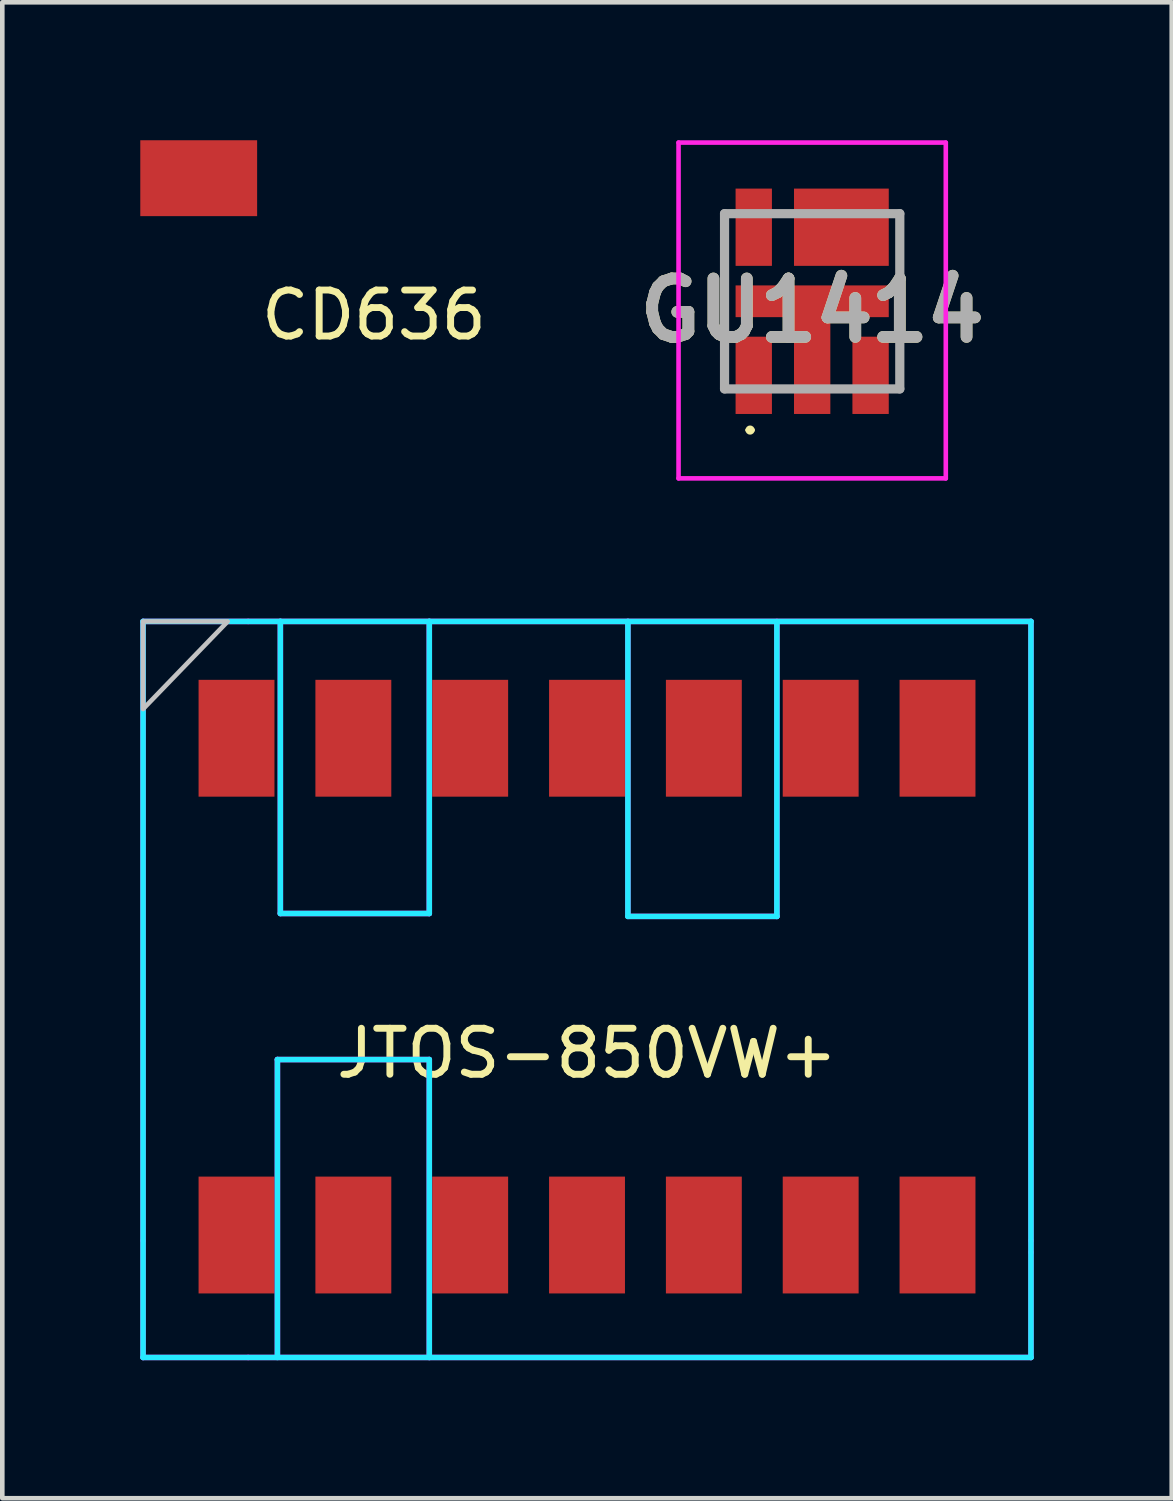
<source format=kicad_pcb>
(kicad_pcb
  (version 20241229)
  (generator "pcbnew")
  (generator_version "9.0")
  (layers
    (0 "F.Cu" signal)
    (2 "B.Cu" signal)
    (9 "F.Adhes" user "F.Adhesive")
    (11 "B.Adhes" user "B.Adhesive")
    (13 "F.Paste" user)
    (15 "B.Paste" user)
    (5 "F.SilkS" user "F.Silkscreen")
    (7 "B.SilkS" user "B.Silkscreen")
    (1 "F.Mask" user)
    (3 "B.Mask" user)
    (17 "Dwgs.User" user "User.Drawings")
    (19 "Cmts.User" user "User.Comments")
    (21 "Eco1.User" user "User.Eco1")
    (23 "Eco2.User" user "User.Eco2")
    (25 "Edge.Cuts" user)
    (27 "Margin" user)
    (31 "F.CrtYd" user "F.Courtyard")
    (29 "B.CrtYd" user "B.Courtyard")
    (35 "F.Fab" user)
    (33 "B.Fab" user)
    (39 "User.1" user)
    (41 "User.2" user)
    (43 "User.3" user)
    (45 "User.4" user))
  (footprint "GU1414"
    (layer "F.Cu")
    (at 14.607 3.5)
    (property "Reference" "GU1414" (at 0 0.2 0) (layer "F.SilkS") (effects (font (size 1.27 1.27) (thickness 0.254))))
    (attr smd)
    (fp_line (start -1.4 2.8) (end -1.4 2.8) (stroke (width 0.1) (type solid)) (layer "F.SilkS"))
    (fp_line (start -1.3 2.8) (end -1.3 2.8) (stroke (width 0.1) (type solid)) (layer "F.SilkS"))
    (fp_arc (start -1.4 2.8) (mid -1.35 2.75) (end -1.3 2.8) (stroke (width 0.1) (type solid)) (layer "F.SilkS"))
    (fp_arc (start -1.3 2.8) (mid -1.35 2.85) (end -1.4 2.8) (stroke (width 0.1) (type solid)) (layer "F.SilkS"))
    (fp_line (start -2.905 -3.45) (end 2.905 -3.45) (stroke (width 0.1) (type solid)) (layer "F.CrtYd"))
    (fp_line (start -2.905 3.85) (end -2.905 -3.45) (stroke (width 0.1) (type solid)) (layer "F.CrtYd"))
    (fp_line (start 2.905 -3.45) (end 2.905 3.85) (stroke (width 0.1) (type solid)) (layer "F.CrtYd"))
    (fp_line (start 2.905 3.85) (end -2.905 3.85) (stroke (width 0.1) (type solid)) (layer "F.CrtYd"))
    (fp_line (start -1.905 -1.905) (end 1.905 -1.905) (stroke (width 0.2) (type solid)) (layer "F.Fab"))
    (fp_line (start -1.905 1.905) (end -1.905 -1.905) (stroke (width 0.2) (type solid)) (layer "F.Fab"))
    (fp_line (start 1.905 -1.905) (end 1.905 1.905) (stroke (width 0.2) (type solid)) (layer "F.Fab"))
    (fp_line (start 1.905 1.905) (end -1.905 1.905) (stroke (width 0.2) (type solid)) (layer "F.Fab"))
    (fp_text user "${REFERENCE}" (at 0 0.2 0) (layer "F.Fab") (effects (font (size 1.27 1.27) (thickness 0.254))))
    (pad "1" smd rect (at -1.27 1.61) (size 0.79 1.68) (layers "F.Cu" "F.Mask" "F.Paste"))
    (pad "2" smd rect (at 1.27 1.61) (size 0.79 1.68) (layers "F.Cu" "F.Mask" "F.Paste"))
    (pad "3" smd rect (at 0.635 -1.61 90) (size 1.68 2.06) (layers "F.Cu" "F.Mask" "F.Paste"))
    (pad "4" smd rect (at -1.27 -1.61) (size 0.79 1.68) (layers "F.Cu" "F.Mask" "F.Paste"))
    (pad "5" smd rect (at 0 0 90) (size 0.69 3.33) (layers "F.Cu" "F.Mask" "F.Paste"))
    (pad "6" smd rect (at 0 1.395) (size 0.79 2.11) (layers "F.Cu" "F.Mask" "F.Paste")))
  (footprint "JTOS-850VW+"
    (layer "F.Cu")
    (at 2.092 13)
    (property "Reference" "JTOS-850VW+" (at 7.62 6.85 0) (layer "F.SilkS") (effects (font (size 1 1) (thickness 0.15))))
    (attr through_hole)
    (fp_poly (pts (xy -2.032 -0.635) (xy -2.032 -2.54) (xy -0.191 -2.54)) (stroke (width 0.1) (type solid)) (fill no) (layer "Dwgs.User"))
    (fp_line (start -2.032 -2.54) (end -2.032 13.462) (stroke (width 0.12) (type solid)) (layer "B.CrtYd"))
    (fp_line (start -2.032 13.462) (end 17.272 13.462) (stroke (width 0.12) (type solid)) (layer "B.CrtYd"))
    (fp_line (start 0.889 6.985) (end 4.191 6.985) (stroke (width 0.12) (type solid)) (layer "B.CrtYd"))
    (fp_line (start 0.889 13.462) (end 0.889 6.985) (stroke (width 0.12) (type solid)) (layer "B.CrtYd"))
    (fp_line (start 0.953 -2.54) (end -2.032 -2.54) (stroke (width 0.12) (type solid)) (layer "B.CrtYd"))
    (fp_line (start 0.953 -2.54) (end 0.953 3.81) (stroke (width 0.12) (type solid)) (layer "B.CrtYd"))
    (fp_line (start 0.953 3.81) (end 4.191 3.81) (stroke (width 0.12) (type solid)) (layer "B.CrtYd"))
    (fp_line (start 4.191 -2.54) (end 0.953 -2.54) (stroke (width 0.12) (type solid)) (layer "B.CrtYd"))
    (fp_line (start 4.191 3.81) (end 4.191 -2.54) (stroke (width 0.12) (type solid)) (layer "B.CrtYd"))
    (fp_line (start 4.191 6.985) (end 4.191 13.462) (stroke (width 0.12) (type solid)) (layer "B.CrtYd"))
    (fp_line (start 8.509 -2.54) (end 8.509 3.873) (stroke (width 0.12) (type solid)) (layer "B.CrtYd"))
    (fp_line (start 8.509 3.873) (end 11.748 3.873) (stroke (width 0.12) (type solid)) (layer "B.CrtYd"))
    (fp_line (start 11.748 3.873) (end 11.748 -2.477) (stroke (width 0.12) (type solid)) (layer "B.CrtYd"))
    (fp_line (start 17.272 -2.54) (end 4.191 -2.54) (stroke (width 0.12) (type solid)) (layer "B.CrtYd"))
    (fp_line (start 17.272 13.462) (end 17.272 -2.54) (stroke (width 0.12) (type solid)) (layer "B.CrtYd"))
    (fp_line (start -2.032 -2.54) (end -2.032 10.922) (stroke (width 0.12) (type solid)) (layer "F.CrtYd"))
    (fp_line (start -2.032 10.922) (end -2.032 13.462) (stroke (width 0.12) (type solid)) (layer "F.CrtYd"))
    (fp_line (start -2.032 13.462) (end 0.254 13.462) (stroke (width 0.12) (type solid)) (layer "F.CrtYd"))
    (fp_line (start 0.254 -2.54) (end -2.032 -2.54) (stroke (width 0.12) (type solid)) (layer "F.CrtYd"))
    (fp_line (start 0.254 13.462) (end 17.272 13.462) (stroke (width 0.12) (type solid)) (layer "F.CrtYd"))
    (fp_line (start 0.889 6.985) (end 4.191 6.985) (stroke (width 0.12) (type solid)) (layer "F.CrtYd"))
    (fp_line (start 0.889 13.399) (end 0.889 6.985) (stroke (width 0.12) (type solid)) (layer "F.CrtYd"))
    (fp_line (start 0.953 -2.54) (end 0.953 3.81) (stroke (width 0.12) (type solid)) (layer "F.CrtYd"))
    (fp_line (start 0.953 3.81) (end 4.191 3.81) (stroke (width 0.12) (type solid)) (layer "F.CrtYd"))
    (fp_line (start 4.191 3.81) (end 4.191 -2.54) (stroke (width 0.12) (type solid)) (layer "F.CrtYd"))
    (fp_line (start 4.191 6.985) (end 4.191 13.462) (stroke (width 0.12) (type solid)) (layer "F.CrtYd"))
    (fp_line (start 8.509 -2.54) (end 8.509 3.81) (stroke (width 0.12) (type solid)) (layer "F.CrtYd"))
    (fp_line (start 8.509 3.873) (end 11.748 3.873) (stroke (width 0.12) (type solid)) (layer "F.CrtYd"))
    (fp_line (start 11.748 3.873) (end 11.748 -2.54) (stroke (width 0.12) (type solid)) (layer "F.CrtYd"))
    (fp_line (start 17.272 -2.54) (end 0.254 -2.54) (stroke (width 0.12) (type solid)) (layer "F.CrtYd"))
    (fp_line (start 17.272 10.922) (end 17.272 -2.54) (stroke (width 0.12) (type solid)) (layer "F.CrtYd"))
    (fp_line (start 17.272 11.176) (end 17.272 10.922) (stroke (width 0.12) (type solid)) (layer "F.CrtYd"))
    (fp_line (start 17.272 13.462) (end 17.272 11.176) (stroke (width 0.12) (type solid)) (layer "F.CrtYd"))
    (pad "1" smd rect (at 0 0 90) (size 2.54 1.65) (layers "F.Cu" "F.Mask" "F.Paste"))
    (pad "2" smd rect (at 2.54 0 90) (size 2.54 1.65) (layers "F.Cu" "F.Mask" "F.Paste"))
    (pad "3" smd rect (at 5.08 0 90) (size 2.54 1.65) (layers "F.Cu" "F.Mask" "F.Paste"))
    (pad "4" smd rect (at 7.62 0 90) (size 2.54 1.65) (layers "F.Cu" "F.Mask" "F.Paste"))
    (pad "5" smd rect (at 10.16 0 90) (size 2.54 1.65) (layers "F.Cu" "F.Mask" "F.Paste"))
    (pad "6" smd rect (at 12.7 0 90) (size 2.54 1.65) (layers "F.Cu" "F.Mask" "F.Paste"))
    (pad "7" smd rect (at 15.24 0 90) (size 2.54 1.65) (layers "F.Cu" "F.Mask" "F.Paste"))
    (pad "8" smd rect (at 15.24 10.8 90) (size 2.54 1.65) (layers "F.Cu" "F.Mask" "F.Paste"))
    (pad "9" smd rect (at 12.7 10.8 90) (size 2.54 1.65) (layers "F.Cu" "F.Mask" "F.Paste"))
    (pad "10" smd rect (at 10.16 10.8 90) (size 2.54 1.65) (layers "F.Cu" "F.Mask" "F.Paste"))
    (pad "11" smd rect (at 7.62 10.8 90) (size 2.54 1.65) (layers "F.Cu" "F.Mask" "F.Paste"))
    (pad "12" smd rect (at 5.08 10.8 90) (size 2.54 1.65) (layers "F.Cu" "F.Mask" "F.Paste"))
    (pad "13" smd rect (at 2.54 10.8 90) (size 2.54 1.65) (layers "F.Cu" "F.Mask" "F.Paste"))
    (pad "14" smd rect (at 0 10.8 90) (size 2.54 1.65) (layers "F.Cu" "F.Mask" "F.Paste")))
  (footprint "CD636"
    (layer "F.Cu")
    (at 5.08 3.301)
    (property "Reference" "CD636" (at 0 0.5 0) (layer "F.SilkS") (effects (font (size 1 1) (thickness 0.15))))
    (attr through_hole)
    (pad "1" smd rect (at -3.81 -2.477) (size 2.54 1.65) (layers "F.Cu" "F.Mask" "F.Paste")))
  (gr_rect
    (start -3 -3)
    (end 22.424 29.522)
    (stroke (width 0.1) (type default))
    (fill no)
    (layer "Edge.Cuts")))
</source>
